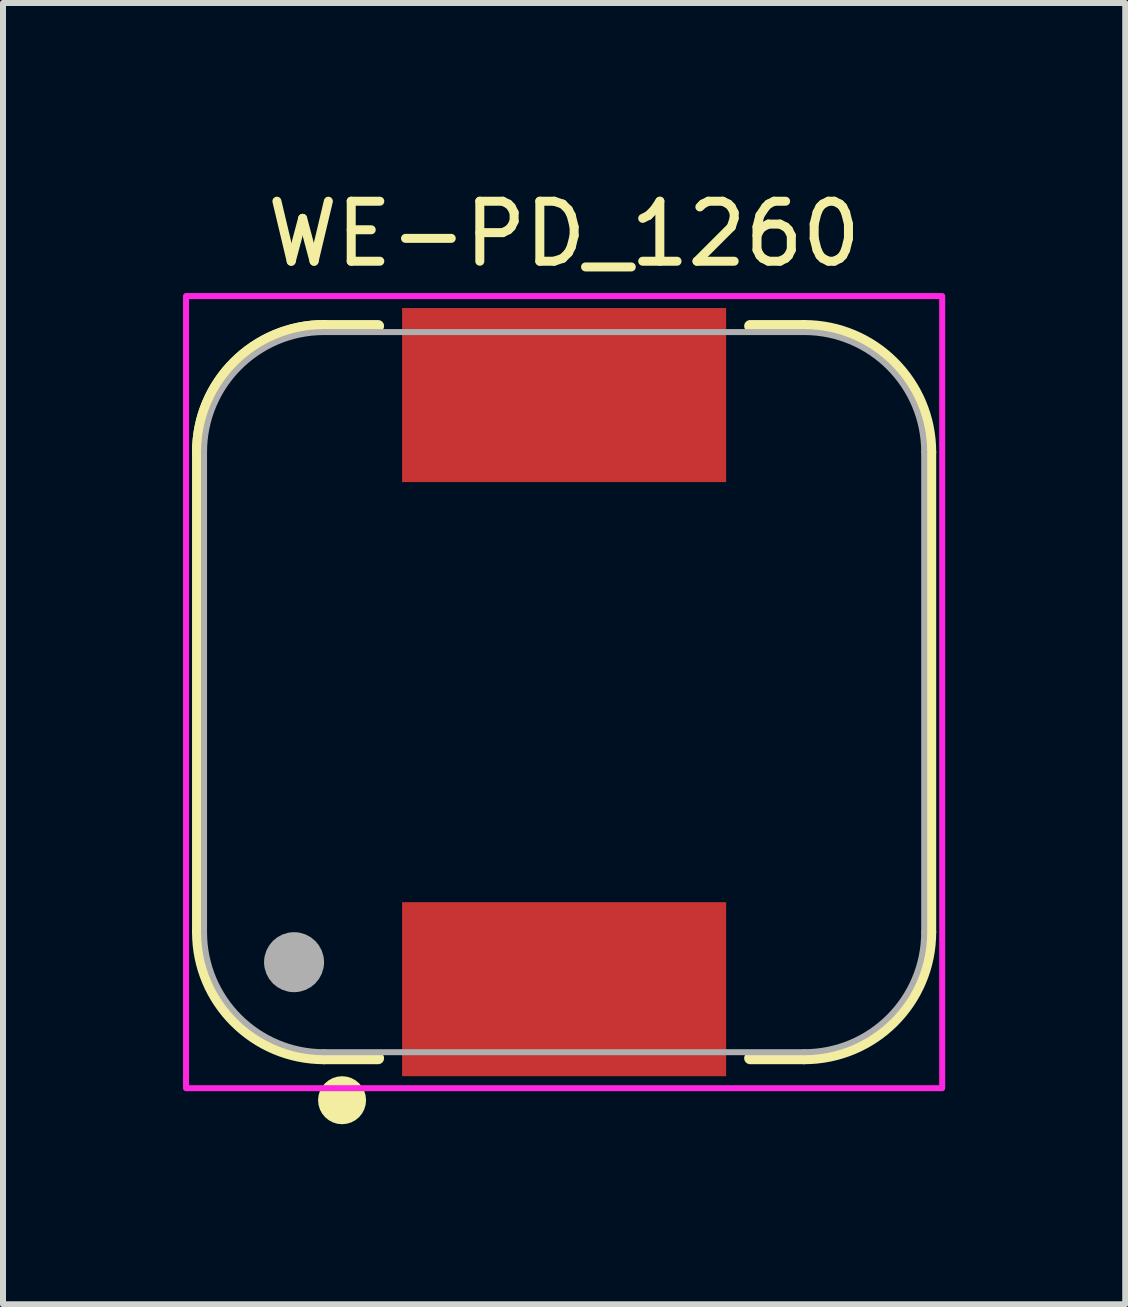
<source format=kicad_pcb>
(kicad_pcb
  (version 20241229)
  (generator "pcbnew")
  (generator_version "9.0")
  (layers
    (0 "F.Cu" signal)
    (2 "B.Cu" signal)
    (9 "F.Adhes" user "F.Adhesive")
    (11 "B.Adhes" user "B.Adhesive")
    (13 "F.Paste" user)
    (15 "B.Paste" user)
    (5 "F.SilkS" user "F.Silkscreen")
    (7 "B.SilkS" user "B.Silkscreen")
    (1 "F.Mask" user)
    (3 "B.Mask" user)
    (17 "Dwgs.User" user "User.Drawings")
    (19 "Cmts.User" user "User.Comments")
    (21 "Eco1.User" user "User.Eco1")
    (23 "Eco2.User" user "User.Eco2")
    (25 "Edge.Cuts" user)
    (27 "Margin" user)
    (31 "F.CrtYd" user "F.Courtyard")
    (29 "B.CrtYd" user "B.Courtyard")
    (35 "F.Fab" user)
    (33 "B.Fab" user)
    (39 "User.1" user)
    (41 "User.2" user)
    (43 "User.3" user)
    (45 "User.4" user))
  (footprint "WE-PD_1260"
    (layer "F.Cu")
    (at 6.35 8.483)
    (property "Reference" "WE-PD_1260" (at 0 -7.635 0) (layer "F.SilkS") (effects (font (size 1 1) (thickness 0.15))))
    (attr smd)
    (fp_line (start -6.1 4) (end -6.1 -4) (stroke (width 0.2) (type solid)) (layer "F.SilkS"))
    (fp_line (start -4 -6.1) (end -3.1 -6.1) (stroke (width 0.2) (type solid)) (layer "F.SilkS"))
    (fp_line (start -3.1 6.1) (end -4 6.1) (stroke (width 0.2) (type solid)) (layer "F.SilkS"))
    (fp_line (start 3.1 6.1) (end 4 6.1) (stroke (width 0.2) (type solid)) (layer "F.SilkS"))
    (fp_line (start 4 -6.1) (end 3.1 -6.1) (stroke (width 0.2) (type solid)) (layer "F.SilkS"))
    (fp_line (start 6.1 4) (end 6.1 -4) (stroke (width 0.2) (type solid)) (layer "F.SilkS"))
    (fp_arc (start -6.1 -4) (mid -5.484924 -5.484924) (end -4 -6.1) (stroke (width 0.2) (type solid)) (layer "F.SilkS"))
    (fp_arc (start -6.1 -4) (mid -5.484924 -5.484924) (end -4 -6.1) (stroke (width 0.2) (type solid)) (layer "F.SilkS"))
    (fp_arc (start -4 6.1) (mid -5.484924 5.484924) (end -6.1 4) (stroke (width 0.2) (type solid)) (layer "F.SilkS"))
    (fp_arc (start 4 -6.1) (mid 5.484924 -5.484924) (end 6.1 -4) (stroke (width 0.2) (type solid)) (layer "F.SilkS"))
    (fp_arc (start 6.1 4) (mid 5.484924 5.484924) (end 4 6.1) (stroke (width 0.2) (type solid)) (layer "F.SilkS"))
    (fp_circle (center -3.7 6.8) (end -3.5 6.8) (stroke (width 0.4) (type solid)) (fill no) (layer "F.SilkS"))
    (fp_poly (pts (xy -6.3 6.6) (xy -6.3 -6.6) (xy 6.3 -6.6) (xy 6.3 6.6)) (stroke (width 0.1) (type solid)) (fill no) (layer "F.CrtYd"))
    (fp_line (start -6 4) (end -6 -4) (stroke (width 0.1) (type solid)) (layer "F.Fab"))
    (fp_line (start -4 6) (end 4 6) (stroke (width 0.1) (type solid)) (layer "F.Fab"))
    (fp_line (start 4 -6) (end -4 -6) (stroke (width 0.1) (type solid)) (layer "F.Fab"))
    (fp_line (start 6 4) (end 6 -4) (stroke (width 0.1) (type solid)) (layer "F.Fab"))
    (fp_arc (start -6 -4) (mid -5.414214 -5.414214) (end -4 -6) (stroke (width 0.1) (type solid)) (layer "F.Fab"))
    (fp_arc (start -4 6) (mid -5.414214 5.414214) (end -6 4) (stroke (width 0.1) (type solid)) (layer "F.Fab"))
    (fp_arc (start 4 -6) (mid 5.414214 -5.414214) (end 6 -4) (stroke (width 0.1) (type solid)) (layer "F.Fab"))
    (fp_arc (start 6 4) (mid 5.414214 5.414214) (end 4 6) (stroke (width 0.1) (type solid)) (layer "F.Fab"))
    (fp_circle (center -4.5 4.5) (end -4.25 4.5) (stroke (width 0.5) (type solid)) (fill no) (layer "F.Fab"))
    (pad "1" smd rect (at 0 4.95) (size 5.4 2.9) (layers "F.Cu" "F.Mask" "F.Paste"))
    (pad "2" smd rect (at 0 -4.95) (size 5.4 2.9) (layers "F.Cu" "F.Mask" "F.Paste"))
    (zone (net_name "") (layer "F.Cu") (hatch full 0.508) (connect_pads) (min_thickness 0.1) (filled_areas_thickness no) (keepout (tracks not_allowed) (vias not_allowed) (pads not_allowed) (copperpour not_allowed) (footprints allowed)) (placement (enabled no)) (fill) (polygon (pts (xy 0.35 4.483) (xy 0.35 12.483) (xy 0.353 12.588) (xy 0.361 12.692) (xy 0.375 12.796) (xy 0.394 12.899) (xy 0.418 13.001) (xy 0.448 13.101) (xy 0.483 13.2) (xy 0.523 13.296) (xy 0.568 13.391) (xy 0.618 13.483) (xy 0.673 13.572) (xy 0.732 13.659) (xy 0.796 13.742) (xy 0.864 13.821) (xy 0.936 13.897) (xy 1.012 13.969) (xy 1.091 14.037) (xy 1.174 14.101) (xy 1.261 14.16) (xy 1.35 14.215) (xy 1.442 14.265) (xy 1.537 14.31) (xy 1.633 14.35) (xy 1.732 14.385) (xy 1.832 14.415) (xy 1.934 14.439) (xy 2.037 14.458) (xy 2.141 14.472) (xy 2.245 14.48) (xy 2.35 14.483) (xy 3.45 14.483) (xy 3.45 11.783) (xy 9.25 11.783) (xy 9.25 14.483) (xy 10.35 14.483) (xy 10.455 14.48) (xy 10.559 14.472) (xy 10.663 14.458) (xy 10.766 14.439) (xy 10.868 14.415) (xy 10.968 14.385) (xy 11.067 14.35) (xy 11.163 14.31) (xy 11.258 14.265) (xy 11.35 14.215) (xy 11.439 14.16) (xy 11.526 14.101) (xy 11.609 14.037) (xy 11.688 13.969) (xy 11.764 13.897) (xy 11.836 13.821) (xy 11.904 13.742) (xy 11.968 13.659) (xy 12.027 13.572) (xy 12.082 13.483) (xy 12.132 13.391) (xy 12.177 13.296) (xy 12.217 13.2) (xy 12.252 13.101) (xy 12.282 13.001) (xy 12.306 12.899) (xy 12.325 12.796) (xy 12.339 12.692) (xy 12.347 12.588) (xy 12.35 12.483) (xy 12.35 4.483) (xy 12.347 4.378) (xy 12.339 4.274) (xy 12.325 4.17) (xy 12.306 4.067) (xy 12.282 3.965) (xy 12.252 3.865) (xy 12.217 3.766) (xy 12.177 3.67) (xy 12.132 3.575) (xy 12.082 3.483) (xy 12.027 3.394) (xy 11.968 3.307) (xy 11.904 3.224) (xy 11.836 3.145) (xy 11.764 3.069) (xy 11.688 2.997) (xy 11.609 2.929) (xy 11.526 2.865) (xy 11.439 2.806) (xy 11.35 2.751) (xy 11.258 2.701) (xy 11.163 2.656) (xy 11.067 2.616) (xy 10.968 2.581) (xy 10.868 2.551) (xy 10.766 2.527) (xy 10.663 2.508) (xy 10.559 2.494) (xy 10.455 2.486) (xy 10.35 2.483) (xy 9.25 2.483) (xy 9.25 5.183) (xy 3.45 5.183) (xy 3.45 2.483) (xy 2.35 2.483) (xy 2.245 2.486) (xy 2.141 2.494) (xy 2.037 2.508) (xy 1.934 2.527) (xy 1.832 2.551) (xy 1.732 2.581) (xy 1.633 2.616) (xy 1.537 2.656) (xy 1.442 2.701) (xy 1.35 2.751) (xy 1.261 2.806) (xy 1.174 2.865) (xy 1.091 2.929) (xy 1.012 2.997) (xy 0.936 3.069) (xy 0.864 3.145) (xy 0.796 3.224) (xy 0.732 3.307) (xy 0.673 3.394) (xy 0.618 3.483) (xy 0.568 3.575) (xy 0.523 3.67) (xy 0.483 3.766) (xy 0.448 3.865) (xy 0.418 3.965) (xy 0.394 4.067) (xy 0.375 4.17) (xy 0.361 4.274) (xy 0.353 4.378))))
    (zone (net_name "") (layers "F.Cu" "B.Cu") (hatch full 0.508) (connect_pads) (min_thickness 0.1) (filled_areas_thickness no) (keepout (tracks allowed) (vias not_allowed) (pads allowed) (copperpour allowed) (footprints allowed)) (placement (enabled no)) (fill) (polygon (pts (xy 0.35 4.483) (xy 0.35 12.483) (xy 0.353 12.588) (xy 0.361 12.692) (xy 0.375 12.796) (xy 0.394 12.899) (xy 0.418 13.001) (xy 0.448 13.101) (xy 0.483 13.2) (xy 0.523 13.296) (xy 0.568 13.391) (xy 0.618 13.483) (xy 0.673 13.572) (xy 0.732 13.659) (xy 0.796 13.742) (xy 0.864 13.821) (xy 0.936 13.897) (xy 1.012 13.969) (xy 1.091 14.037) (xy 1.174 14.101) (xy 1.261 14.16) (xy 1.35 14.215) (xy 1.442 14.265) (xy 1.537 14.31) (xy 1.633 14.35) (xy 1.732 14.385) (xy 1.832 14.415) (xy 1.934 14.439) (xy 2.037 14.458) (xy 2.141 14.472) (xy 2.245 14.48) (xy 2.35 14.483) (xy 3.45 14.483) (xy 3.45 11.783) (xy 9.25 11.783) (xy 9.25 14.483) (xy 10.35 14.483) (xy 10.455 14.48) (xy 10.559 14.472) (xy 10.663 14.458) (xy 10.766 14.439) (xy 10.868 14.415) (xy 10.968 14.385) (xy 11.067 14.35) (xy 11.163 14.31) (xy 11.258 14.265) (xy 11.35 14.215) (xy 11.439 14.16) (xy 11.526 14.101) (xy 11.609 14.037) (xy 11.688 13.969) (xy 11.764 13.897) (xy 11.836 13.821) (xy 11.904 13.742) (xy 11.968 13.659) (xy 12.027 13.572) (xy 12.082 13.483) (xy 12.132 13.391) (xy 12.177 13.296) (xy 12.217 13.2) (xy 12.252 13.101) (xy 12.282 13.001) (xy 12.306 12.899) (xy 12.325 12.796) (xy 12.339 12.692) (xy 12.347 12.588) (xy 12.35 12.483) (xy 12.35 4.483) (xy 12.347 4.378) (xy 12.339 4.274) (xy 12.325 4.17) (xy 12.306 4.067) (xy 12.282 3.965) (xy 12.252 3.865) (xy 12.217 3.766) (xy 12.177 3.67) (xy 12.132 3.575) (xy 12.082 3.483) (xy 12.027 3.394) (xy 11.968 3.307) (xy 11.904 3.224) (xy 11.836 3.145) (xy 11.764 3.069) (xy 11.688 2.997) (xy 11.609 2.929) (xy 11.526 2.865) (xy 11.439 2.806) (xy 11.35 2.751) (xy 11.258 2.701) (xy 11.163 2.656) (xy 11.067 2.616) (xy 10.968 2.581) (xy 10.868 2.551) (xy 10.766 2.527) (xy 10.663 2.508) (xy 10.559 2.494) (xy 10.455 2.486) (xy 10.35 2.483) (xy 9.25 2.483) (xy 9.25 5.183) (xy 3.45 5.183) (xy 3.45 2.483) (xy 2.35 2.483) (xy 2.245 2.486) (xy 2.141 2.494) (xy 2.037 2.508) (xy 1.934 2.527) (xy 1.832 2.551) (xy 1.732 2.581) (xy 1.633 2.616) (xy 1.537 2.656) (xy 1.442 2.701) (xy 1.35 2.751) (xy 1.261 2.806) (xy 1.174 2.865) (xy 1.091 2.929) (xy 1.012 2.997) (xy 0.936 3.069) (xy 0.864 3.145) (xy 0.796 3.224) (xy 0.732 3.307) (xy 0.673 3.394) (xy 0.618 3.483) (xy 0.568 3.575) (xy 0.523 3.67) (xy 0.483 3.766) (xy 0.448 3.865) (xy 0.418 3.965) (xy 0.394 4.067) (xy 0.375 4.17) (xy 0.361 4.274) (xy 0.353 4.378)))))
  (gr_rect
    (start -3 -3)
    (end 15.7 18.683)
    (stroke (width 0.1) (type default))
    (fill no)
    (layer "Edge.Cuts")))
</source>
